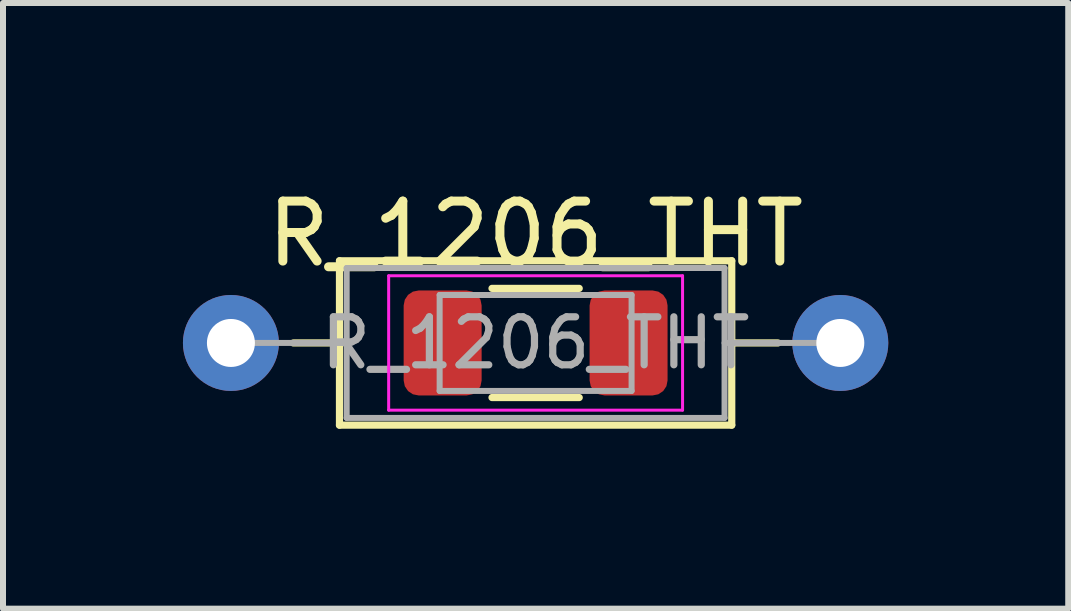
<source format=kicad_pcb>
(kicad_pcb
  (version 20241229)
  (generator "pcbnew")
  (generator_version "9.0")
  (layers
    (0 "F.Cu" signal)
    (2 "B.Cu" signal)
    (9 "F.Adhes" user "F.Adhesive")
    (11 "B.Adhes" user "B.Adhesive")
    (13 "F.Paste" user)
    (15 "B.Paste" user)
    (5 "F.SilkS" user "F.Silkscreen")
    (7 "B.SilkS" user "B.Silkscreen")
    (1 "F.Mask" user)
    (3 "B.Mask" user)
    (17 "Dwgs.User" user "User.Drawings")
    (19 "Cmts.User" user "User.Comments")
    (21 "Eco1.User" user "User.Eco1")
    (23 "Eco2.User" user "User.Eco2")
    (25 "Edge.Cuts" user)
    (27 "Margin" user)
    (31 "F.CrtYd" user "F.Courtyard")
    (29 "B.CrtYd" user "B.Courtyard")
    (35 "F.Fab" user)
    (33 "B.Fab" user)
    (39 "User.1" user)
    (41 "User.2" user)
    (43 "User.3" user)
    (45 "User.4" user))
  (footprint "R_1206_THT"
    (layer "F.Cu")
    (at 5.88 2.668)
    (property "Reference" "R_1206_THT" (at 0 -1.82 0) (layer "F.SilkS") (effects (font (size 1 1) (thickness 0.15))))
    (attr smd)
    (fp_line (start -4.04 0) (end -3.27 0) (stroke (width 0.12) (type solid)) (layer "F.SilkS"))
    (fp_line (start -3.27 -1.37) (end -3.27 1.37) (stroke (width 0.12) (type solid)) (layer "F.SilkS"))
    (fp_line (start -3.27 1.37) (end 3.27 1.37) (stroke (width 0.12) (type solid)) (layer "F.SilkS"))
    (fp_line (start -0.727 -0.91) (end 0.727 -0.91) (stroke (width 0.12) (type solid)) (layer "F.SilkS"))
    (fp_line (start -0.727 0.91) (end 0.727 0.91) (stroke (width 0.12) (type solid)) (layer "F.SilkS"))
    (fp_line (start 3.27 -1.37) (end -3.27 -1.37) (stroke (width 0.12) (type solid)) (layer "F.SilkS"))
    (fp_line (start 3.27 1.37) (end 3.27 -1.37) (stroke (width 0.12) (type solid)) (layer "F.SilkS"))
    (fp_line (start 4.04 0) (end 3.27 0) (stroke (width 0.12) (type solid)) (layer "F.SilkS"))
    (fp_line (start -2.45 -1.12) (end 2.45 -1.12) (stroke (width 0.05) (type solid)) (layer "F.CrtYd"))
    (fp_line (start -2.45 1.12) (end -2.45 -1.12) (stroke (width 0.05) (type solid)) (layer "F.CrtYd"))
    (fp_line (start 2.45 -1.12) (end 2.45 1.12) (stroke (width 0.05) (type solid)) (layer "F.CrtYd"))
    (fp_line (start 2.45 1.12) (end -2.45 1.12) (stroke (width 0.05) (type solid)) (layer "F.CrtYd"))
    (fp_line (start -5.08 0) (end -3.15 0) (stroke (width 0.1) (type solid)) (layer "F.Fab"))
    (fp_line (start -3.15 -1.25) (end -3.15 1.25) (stroke (width 0.1) (type solid)) (layer "F.Fab"))
    (fp_line (start -3.15 1.25) (end 3.15 1.25) (stroke (width 0.1) (type solid)) (layer "F.Fab"))
    (fp_line (start -1.6 -0.8) (end 1.6 -0.8) (stroke (width 0.1) (type solid)) (layer "F.Fab"))
    (fp_line (start -1.6 0.8) (end -1.6 -0.8) (stroke (width 0.1) (type solid)) (layer "F.Fab"))
    (fp_line (start 1.6 -0.8) (end 1.6 0.8) (stroke (width 0.1) (type solid)) (layer "F.Fab"))
    (fp_line (start 1.6 0.8) (end -1.6 0.8) (stroke (width 0.1) (type solid)) (layer "F.Fab"))
    (fp_line (start 3.15 -1.25) (end -3.15 -1.25) (stroke (width 0.1) (type solid)) (layer "F.Fab"))
    (fp_line (start 3.15 1.25) (end 3.15 -1.25) (stroke (width 0.1) (type solid)) (layer "F.Fab"))
    (fp_line (start 5.08 0) (end 3.15 0) (stroke (width 0.1) (type solid)) (layer "F.Fab"))
    (fp_text user "${REFERENCE}" (at 0 0 0) (layer "F.Fab") (effects (font (size 0.8 0.8) (thickness 0.12))))
    (pad "1" thru_hole circle (at -5.08 0) (size 1.6 1.6) (drill 0.8) (layers "*.Cu" "*.Mask"))
    (pad "1" smd roundrect (at -1.55 0) (size 1.3 1.75) (layers "F.Cu" "F.Mask" "F.Paste") (roundrect_rratio 0.192))
    (pad "2" smd roundrect (at 1.55 0) (size 1.3 1.75) (layers "F.Cu" "F.Mask" "F.Paste") (roundrect_rratio 0.192))
    (pad "2" thru_hole oval (at 5.08 0) (size 1.6 1.6) (drill 0.8) (layers "*.Cu" "*.Mask")))
  (gr_rect
    (start -3 -3)
    (end 14.76 7.098)
    (stroke (width 0.1) (type default))
    (fill no)
    (layer "Edge.Cuts")))
</source>
